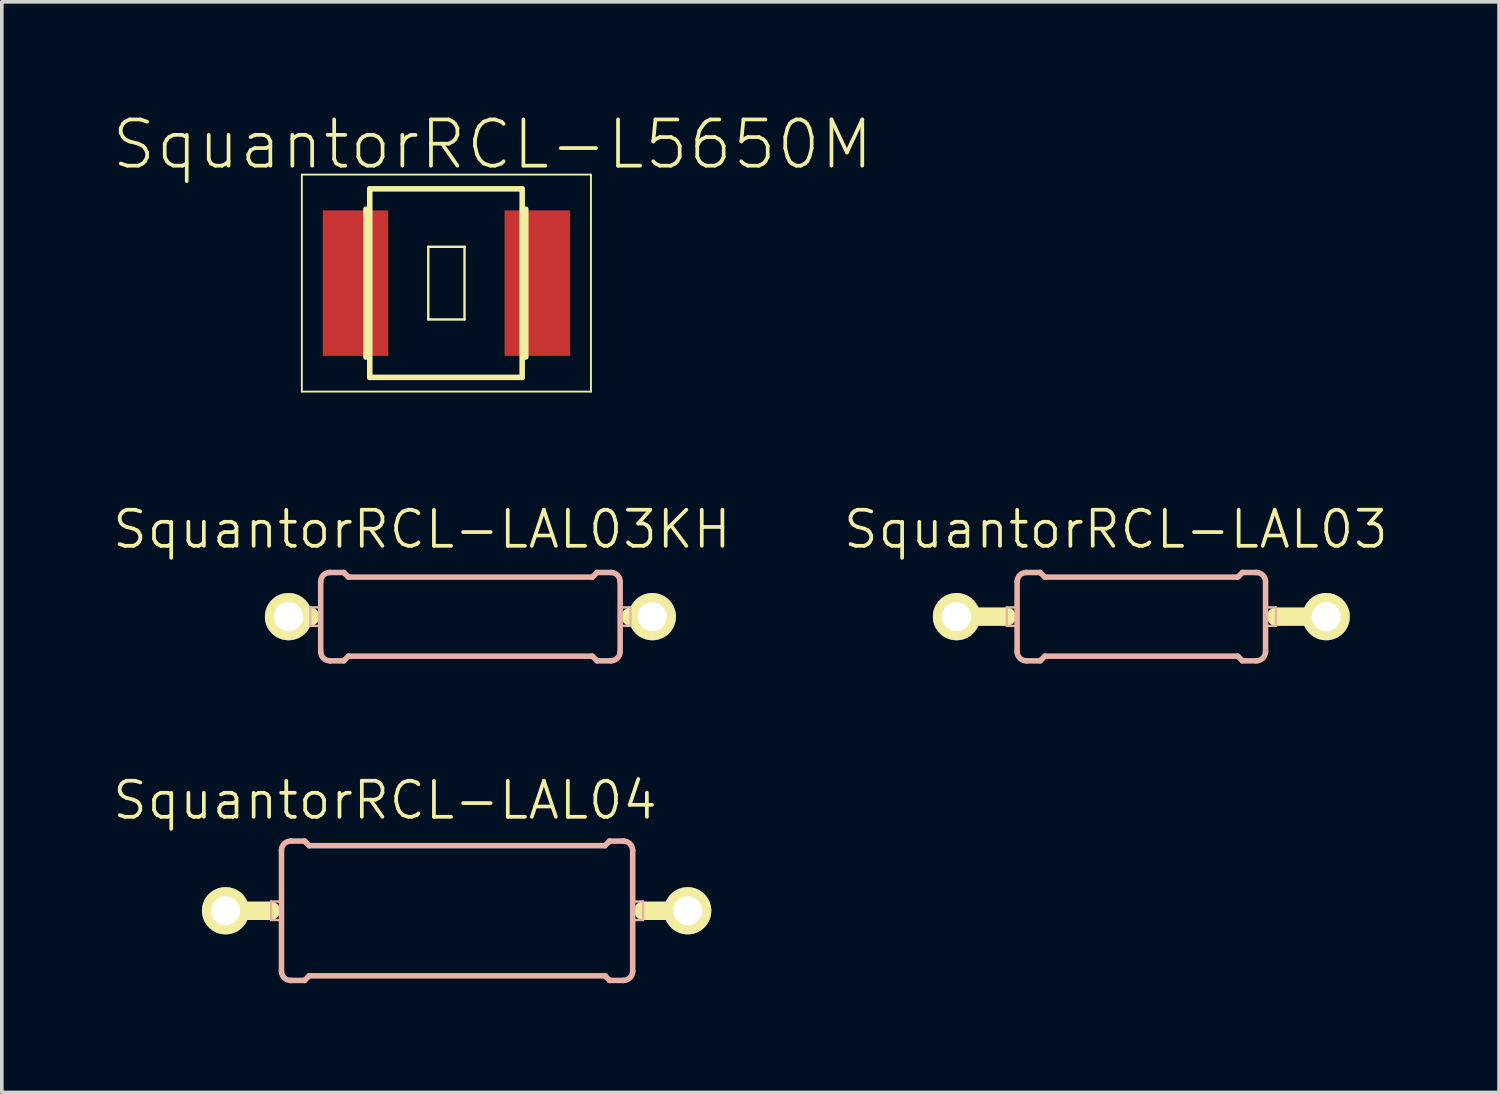
<source format=kicad_pcb>
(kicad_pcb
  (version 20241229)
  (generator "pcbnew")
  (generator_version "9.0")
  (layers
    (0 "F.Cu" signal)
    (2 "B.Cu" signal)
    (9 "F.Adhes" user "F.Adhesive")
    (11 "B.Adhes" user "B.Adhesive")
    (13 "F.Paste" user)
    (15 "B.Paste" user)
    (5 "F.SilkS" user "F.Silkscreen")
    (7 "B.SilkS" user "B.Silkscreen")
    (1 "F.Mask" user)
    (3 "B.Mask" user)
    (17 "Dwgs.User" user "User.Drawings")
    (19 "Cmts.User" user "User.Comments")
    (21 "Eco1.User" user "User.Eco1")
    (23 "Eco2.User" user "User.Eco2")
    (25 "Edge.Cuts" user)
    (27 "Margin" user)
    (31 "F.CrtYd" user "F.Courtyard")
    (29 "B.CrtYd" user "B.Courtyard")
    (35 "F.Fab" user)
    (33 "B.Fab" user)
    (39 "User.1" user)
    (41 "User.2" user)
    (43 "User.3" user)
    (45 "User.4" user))
  (footprint "SquantorRCL-LAL04"
    (layer "F.Cu")
    (at 9.499 21.98)
    (property "Reference" "SquantorRCL-LAL04" (at -1.968 -3.035 0) (layer "F.SilkS") (effects (font (size 0.991 0.991) (thickness 0.102))))
    (attr exclude_from_pos_files exclude_from_bom)
    (fp_line (start -6.35 0) (end -5.103 0) (stroke (width 0.508) (type solid)) (layer "F.SilkS"))
    (fp_line (start 6.35 0) (end 5.128 0) (stroke (width 0.508) (type solid)) (layer "F.SilkS"))
    (fp_line (start -5.098 -0.254) (end -4.813 -0.254) (stroke (width 0.066) (type solid)) (layer "B.SilkS"))
    (fp_line (start -5.098 0.254) (end -5.098 -0.254) (stroke (width 0.066) (type solid)) (layer "B.SilkS"))
    (fp_line (start -5.098 0.254) (end -4.813 0.254) (stroke (width 0.066) (type solid)) (layer "B.SilkS"))
    (fp_line (start -4.813 0.254) (end -4.813 -0.254) (stroke (width 0.066) (type solid)) (layer "B.SilkS"))
    (fp_line (start -4.813 1.661) (end -4.813 -1.661) (stroke (width 0.152) (type solid)) (layer "B.SilkS"))
    (fp_line (start -4.559 -1.915) (end -4.178 -1.915) (stroke (width 0.152) (type solid)) (layer "B.SilkS"))
    (fp_line (start -4.559 1.915) (end -4.178 1.915) (stroke (width 0.152) (type solid)) (layer "B.SilkS"))
    (fp_line (start -4.051 -1.788) (end -4.178 -1.915) (stroke (width 0.152) (type solid)) (layer "B.SilkS"))
    (fp_line (start -4.051 1.788) (end -4.178 1.915) (stroke (width 0.152) (type solid)) (layer "B.SilkS"))
    (fp_line (start 4.077 -1.788) (end -4.051 -1.788) (stroke (width 0.152) (type solid)) (layer "B.SilkS"))
    (fp_line (start 4.077 -1.788) (end 4.204 -1.915) (stroke (width 0.152) (type solid)) (layer "B.SilkS"))
    (fp_line (start 4.077 1.788) (end -4.051 1.788) (stroke (width 0.152) (type solid)) (layer "B.SilkS"))
    (fp_line (start 4.077 1.788) (end 4.204 1.915) (stroke (width 0.152) (type solid)) (layer "B.SilkS"))
    (fp_line (start 4.585 -1.915) (end 4.204 -1.915) (stroke (width 0.152) (type solid)) (layer "B.SilkS"))
    (fp_line (start 4.585 1.915) (end 4.204 1.915) (stroke (width 0.152) (type solid)) (layer "B.SilkS"))
    (fp_line (start 4.839 -0.254) (end 5.123 -0.254) (stroke (width 0.066) (type solid)) (layer "B.SilkS"))
    (fp_line (start 4.839 0.254) (end 4.839 -0.254) (stroke (width 0.066) (type solid)) (layer "B.SilkS"))
    (fp_line (start 4.839 0.254) (end 5.123 0.254) (stroke (width 0.066) (type solid)) (layer "B.SilkS"))
    (fp_line (start 4.839 1.661) (end 4.839 -1.661) (stroke (width 0.152) (type solid)) (layer "B.SilkS"))
    (fp_line (start 5.123 0.254) (end 5.123 -0.254) (stroke (width 0.066) (type solid)) (layer "B.SilkS"))
    (fp_arc (start -4.8133 -1.66116) (mid -4.738905 -1.840765) (end -4.5593 -1.91516) (stroke (width 0.1524) (type solid)) (layer "B.SilkS"))
    (fp_arc (start -4.5593 1.91516) (mid -4.738905 1.840765) (end -4.8133 1.66116) (stroke (width 0.1524) (type solid)) (layer "B.SilkS"))
    (fp_arc (start 4.5847 -1.91516) (mid 4.764305 -1.840765) (end 4.8387 -1.66116) (stroke (width 0.1524) (type solid)) (layer "B.SilkS"))
    (fp_arc (start 4.8387 1.66116) (mid 4.764305 1.840765) (end 4.5847 1.91516) (stroke (width 0.1524) (type solid)) (layer "B.SilkS"))
    (pad "1" thru_hole circle (at -6.35 0) (size 1.298 1.298) (drill 0.798) (layers "*.Cu" "F.Mask" "F.SilkS" "F.Paste"))
    (pad "2" thru_hole circle (at 6.35 0) (size 1.298 1.298) (drill 0.798) (layers "*.Cu" "F.Mask" "F.SilkS" "F.Paste")))
  (footprint "SquantorRCL-L5650M"
    (layer "F.Cu")
    (at 9.218 4.731)
    (property "Reference" "SquantorRCL-L5650M" (at 1.27 -3.81 0) (layer "F.SilkS") (effects (font (size 1.27 1.27) (thickness 0.102))))
    (attr smd)
    (fp_line (start -3.973 -2.982) (end 3.973 -2.982) (stroke (width 0.051) (type solid)) (layer "F.SilkS"))
    (fp_line (start -3.973 2.982) (end -3.973 -2.982) (stroke (width 0.051) (type solid)) (layer "F.SilkS"))
    (fp_line (start -2.21 -2.032) (end -2.21 2.032) (stroke (width 0.152) (type solid)) (layer "F.SilkS"))
    (fp_line (start -2.106 -2.591) (end -2.106 2.591) (stroke (width 0.152) (type solid)) (layer "F.SilkS"))
    (fp_line (start -2.106 2.591) (end 2.083 2.591) (stroke (width 0.152) (type solid)) (layer "F.SilkS"))
    (fp_line (start -0.498 -0.998) (end 0.498 -0.998) (stroke (width 0.066) (type solid)) (layer "F.SilkS"))
    (fp_line (start -0.498 0.998) (end -0.498 -0.998) (stroke (width 0.066) (type solid)) (layer "F.SilkS"))
    (fp_line (start -0.498 0.998) (end 0.498 0.998) (stroke (width 0.066) (type solid)) (layer "F.SilkS"))
    (fp_line (start 0.498 0.998) (end 0.498 -0.998) (stroke (width 0.066) (type solid)) (layer "F.SilkS"))
    (fp_line (start 2.083 -2.591) (end -2.106 -2.591) (stroke (width 0.152) (type solid)) (layer "F.SilkS"))
    (fp_line (start 2.083 -2.591) (end 2.083 2.591) (stroke (width 0.152) (type solid)) (layer "F.SilkS"))
    (fp_line (start 2.182 -2.032) (end 2.182 2.032) (stroke (width 0.152) (type solid)) (layer "F.SilkS"))
    (fp_line (start 3.973 -2.982) (end 3.973 2.982) (stroke (width 0.051) (type solid)) (layer "F.SilkS"))
    (fp_line (start 3.973 2.982) (end -3.973 2.982) (stroke (width 0.051) (type solid)) (layer "F.SilkS"))
    (pad "1" smd rect (at -2.499 0) (size 1.798 3.998) (layers "F.Cu" "F.Mask" "F.Paste"))
    (pad "2" smd rect (at 2.499 0) (size 1.798 3.998) (layers "F.Cu" "F.Mask" "F.Paste")))
  (footprint "SquantorRCL-LAL03"
    (layer "F.Cu")
    (at 28.317 13.897)
    (property "Reference" "SquantorRCL-LAL03" (at -0.699 -2.4 0) (layer "F.SilkS") (effects (font (size 0.991 0.991) (thickness 0.102))))
    (attr exclude_from_pos_files exclude_from_bom)
    (fp_line (start -5.08 0) (end -3.703 0) (stroke (width 0.508) (type solid)) (layer "F.SilkS"))
    (fp_line (start 5.08 0) (end 3.703 0) (stroke (width 0.508) (type solid)) (layer "F.SilkS"))
    (fp_line (start -3.698 -0.254) (end -3.414 -0.254) (stroke (width 0.066) (type solid)) (layer "B.SilkS"))
    (fp_line (start -3.698 0.254) (end -3.698 -0.254) (stroke (width 0.066) (type solid)) (layer "B.SilkS"))
    (fp_line (start -3.698 0.254) (end -3.414 0.254) (stroke (width 0.066) (type solid)) (layer "B.SilkS"))
    (fp_line (start -3.414 0.254) (end -3.414 -0.254) (stroke (width 0.066) (type solid)) (layer "B.SilkS"))
    (fp_line (start -3.414 0.96) (end -3.414 -0.96) (stroke (width 0.152) (type solid)) (layer "B.SilkS"))
    (fp_line (start -3.16 -1.214) (end -2.779 -1.214) (stroke (width 0.152) (type solid)) (layer "B.SilkS"))
    (fp_line (start -3.16 1.214) (end -2.779 1.214) (stroke (width 0.152) (type solid)) (layer "B.SilkS"))
    (fp_line (start -2.652 -1.087) (end -2.779 -1.214) (stroke (width 0.152) (type solid)) (layer "B.SilkS"))
    (fp_line (start -2.652 1.087) (end -2.779 1.214) (stroke (width 0.152) (type solid)) (layer "B.SilkS"))
    (fp_line (start 2.652 -1.087) (end -2.652 -1.087) (stroke (width 0.152) (type solid)) (layer "B.SilkS"))
    (fp_line (start 2.652 -1.087) (end 2.779 -1.214) (stroke (width 0.152) (type solid)) (layer "B.SilkS"))
    (fp_line (start 2.652 1.087) (end -2.652 1.087) (stroke (width 0.152) (type solid)) (layer "B.SilkS"))
    (fp_line (start 2.652 1.087) (end 2.779 1.214) (stroke (width 0.152) (type solid)) (layer "B.SilkS"))
    (fp_line (start 3.16 -1.214) (end 2.779 -1.214) (stroke (width 0.152) (type solid)) (layer "B.SilkS"))
    (fp_line (start 3.16 1.214) (end 2.779 1.214) (stroke (width 0.152) (type solid)) (layer "B.SilkS"))
    (fp_line (start 3.414 -0.254) (end 3.698 -0.254) (stroke (width 0.066) (type solid)) (layer "B.SilkS"))
    (fp_line (start 3.414 0.254) (end 3.414 -0.254) (stroke (width 0.066) (type solid)) (layer "B.SilkS"))
    (fp_line (start 3.414 0.254) (end 3.698 0.254) (stroke (width 0.066) (type solid)) (layer "B.SilkS"))
    (fp_line (start 3.414 0.96) (end 3.414 -0.96) (stroke (width 0.152) (type solid)) (layer "B.SilkS"))
    (fp_line (start 3.698 0.254) (end 3.698 -0.254) (stroke (width 0.066) (type solid)) (layer "B.SilkS"))
    (fp_arc (start -3.41376 -0.96012) (mid -3.339365 -1.139725) (end -3.15976 -1.21412) (stroke (width 0.1524) (type solid)) (layer "B.SilkS"))
    (fp_arc (start -3.15976 1.21412) (mid -3.339365 1.139725) (end -3.41376 0.96012) (stroke (width 0.1524) (type solid)) (layer "B.SilkS"))
    (fp_arc (start 3.15976 -1.21412) (mid 3.339365 -1.139725) (end 3.41376 -0.96012) (stroke (width 0.1524) (type solid)) (layer "B.SilkS"))
    (fp_arc (start 3.41376 0.96012) (mid 3.339365 1.139725) (end 3.15976 1.21412) (stroke (width 0.1524) (type solid)) (layer "B.SilkS"))
    (pad "1" thru_hole circle (at -5.08 0) (size 1.298 1.298) (drill 0.798) (layers "*.Cu" "F.Mask" "F.SilkS" "F.Paste"))
    (pad "2" thru_hole circle (at 5.08 0) (size 1.298 1.298) (drill 0.798) (layers "*.Cu" "F.Mask" "F.SilkS" "F.Paste")))
  (footprint "SquantorRCL-LAL03KH"
    (layer "F.Cu")
    (at 9.878 13.897)
    (property "Reference" "SquantorRCL-LAL03KH" (at -1.333 -2.4 0) (layer "F.SilkS") (effects (font (size 0.991 0.991) (thickness 0.102))))
    (attr exclude_from_pos_files exclude_from_bom)
    (fp_line (start -4.999 0) (end -4.404 0) (stroke (width 0.508) (type solid)) (layer "F.SilkS"))
    (fp_line (start 4.999 0) (end 4.404 0) (stroke (width 0.508) (type solid)) (layer "F.SilkS"))
    (fp_line (start -4.399 -0.254) (end -4.115 -0.254) (stroke (width 0.066) (type solid)) (layer "B.SilkS"))
    (fp_line (start -4.399 0.254) (end -4.399 -0.254) (stroke (width 0.066) (type solid)) (layer "B.SilkS"))
    (fp_line (start -4.399 0.254) (end -4.115 0.254) (stroke (width 0.066) (type solid)) (layer "B.SilkS"))
    (fp_line (start -4.115 0.254) (end -4.115 -0.254) (stroke (width 0.066) (type solid)) (layer "B.SilkS"))
    (fp_line (start -4.115 0.96) (end -4.115 -0.96) (stroke (width 0.152) (type solid)) (layer "B.SilkS"))
    (fp_line (start -3.861 -1.214) (end -3.48 -1.214) (stroke (width 0.152) (type solid)) (layer "B.SilkS"))
    (fp_line (start -3.861 1.214) (end -3.48 1.214) (stroke (width 0.152) (type solid)) (layer "B.SilkS"))
    (fp_line (start -3.353 -1.087) (end -3.48 -1.214) (stroke (width 0.152) (type solid)) (layer "B.SilkS"))
    (fp_line (start -3.353 1.087) (end -3.48 1.214) (stroke (width 0.152) (type solid)) (layer "B.SilkS"))
    (fp_line (start 3.353 -1.087) (end -3.353 -1.087) (stroke (width 0.152) (type solid)) (layer "B.SilkS"))
    (fp_line (start 3.353 -1.087) (end 3.48 -1.214) (stroke (width 0.152) (type solid)) (layer "B.SilkS"))
    (fp_line (start 3.353 1.087) (end -3.353 1.087) (stroke (width 0.152) (type solid)) (layer "B.SilkS"))
    (fp_line (start 3.353 1.087) (end 3.48 1.214) (stroke (width 0.152) (type solid)) (layer "B.SilkS"))
    (fp_line (start 3.861 -1.214) (end 3.48 -1.214) (stroke (width 0.152) (type solid)) (layer "B.SilkS"))
    (fp_line (start 3.861 1.214) (end 3.48 1.214) (stroke (width 0.152) (type solid)) (layer "B.SilkS"))
    (fp_line (start 4.115 -0.254) (end 4.399 -0.254) (stroke (width 0.066) (type solid)) (layer "B.SilkS"))
    (fp_line (start 4.115 0.254) (end 4.115 -0.254) (stroke (width 0.066) (type solid)) (layer "B.SilkS"))
    (fp_line (start 4.115 0.254) (end 4.399 0.254) (stroke (width 0.066) (type solid)) (layer "B.SilkS"))
    (fp_line (start 4.115 0.96) (end 4.115 -0.96) (stroke (width 0.152) (type solid)) (layer "B.SilkS"))
    (fp_line (start 4.399 0.254) (end 4.399 -0.254) (stroke (width 0.066) (type solid)) (layer "B.SilkS"))
    (fp_arc (start -4.1148 -0.96012) (mid -4.040405 -1.139725) (end -3.8608 -1.21412) (stroke (width 0.1524) (type solid)) (layer "B.SilkS"))
    (fp_arc (start -3.8608 1.21412) (mid -4.040405 1.139725) (end -4.1148 0.96012) (stroke (width 0.1524) (type solid)) (layer "B.SilkS"))
    (fp_arc (start 3.8608 -1.21412) (mid 4.040405 -1.139725) (end 4.1148 -0.96012) (stroke (width 0.1524) (type solid)) (layer "B.SilkS"))
    (fp_arc (start 4.1148 0.96012) (mid 4.040405 1.139725) (end 3.8608 1.21412) (stroke (width 0.1524) (type solid)) (layer "B.SilkS"))
    (pad "1" thru_hole circle (at -4.999 0) (size 1.298 1.298) (drill 0.798) (layers "*.Cu" "F.Mask" "F.SilkS" "F.Paste"))
    (pad "2" thru_hole circle (at 4.999 0) (size 1.298 1.298) (drill 0.798) (layers "*.Cu" "F.Mask" "F.SilkS" "F.Paste")))
  (gr_rect
    (start -3 -3)
    (end 38.148 26.972)
    (stroke (width 0.1) (type default))
    (fill no)
    (layer "Edge.Cuts")))
</source>
